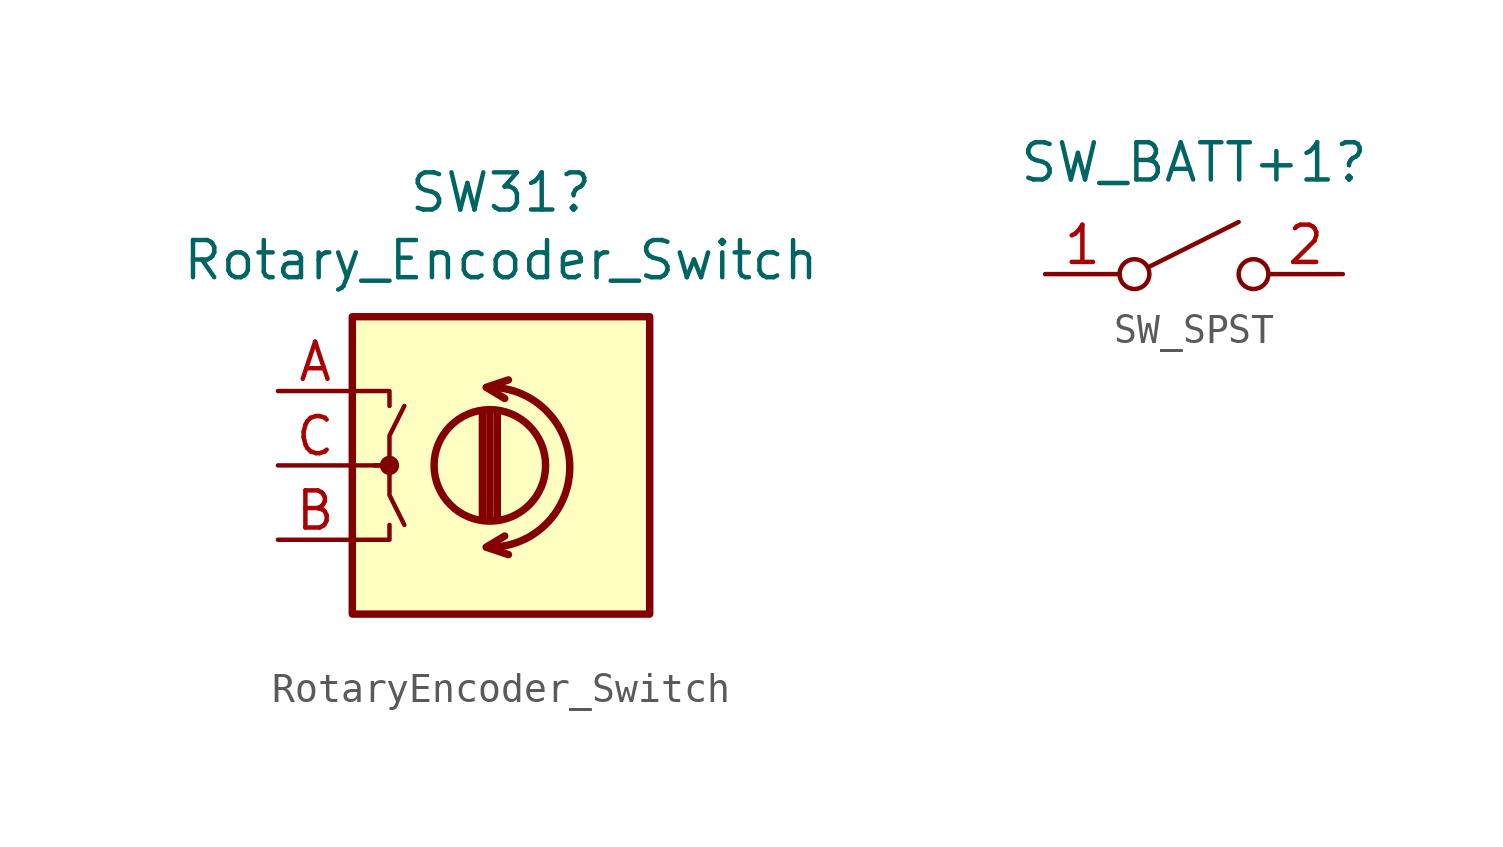
<source format=kicad_sym>
(kicad_symbol_lib
  (version 20241209)
  (generator "kicad_symbol_editor")
  (generator_version "9.0")
  (symbol "RotaryEncoder_Switch"
    (pin_names
      (offset 0.254)
      (hide yes))
    (property "Reference" "SW31"
      (at 0 9.322 0)
      (effects (font (size 1.27 1.27))))
    (property "Value" "Rotary_Encoder_Switch"
      (at 0 7.01 0)
      (effects (font (size 1.27 1.27))))
    (property "Description" ""
      (at 0 0 0)
      (effects (font (size 1.27 1.27))))
    (symbol "RotaryEncoder_Switch_0_1"
      (rectangle (start -5.08 5.08) (end 5.08 -5.08) (stroke (width 0.254) (type default)) (fill (type background)))
      (polyline (pts (xy -5.08 2.54) (xy -3.81 2.54) (xy -3.81 2.032)) (stroke (width 0) (type default)) (fill (type none)))
      (polyline (pts (xy -5.08 0) (xy -3.81 0) (xy -3.81 -1.016) (xy -3.302 -2.032)) (stroke (width 0) (type default)) (fill (type none)))
      (polyline (pts (xy -5.08 -2.54) (xy -3.81 -2.54) (xy -3.81 -2.032)) (stroke (width 0) (type default)) (fill (type none)))
      (polyline (pts (xy -4.318 0) (xy -3.81 0) (xy -3.81 1.016) (xy -3.302 2.032)) (stroke (width 0) (type default)) (fill (type none)))
      (circle (center -3.81 0) (radius 0.254) (stroke (width 0) (type default)) (fill (type outline)))
      (polyline (pts (xy -0.635 -1.778) (xy -0.635 1.778)) (stroke (width 0.254) (type default)) (fill (type none)))
      (arc (start -0.381 2.667) (mid 2.3368 -0.0635) (end -0.381 -2.794) (stroke (width 0.254) (type default)) (fill (type none)))
      (circle (center -0.381 0) (radius 1.905) (stroke (width 0.254) (type default)) (fill (type none)))
      (polyline (pts (xy -0.381 -1.778) (xy -0.381 1.778)) (stroke (width 0.254) (type default)) (fill (type none)))
      (polyline (pts (xy -0.127 1.778) (xy -0.127 -1.778)) (stroke (width 0.254) (type default)) (fill (type none)))
      (polyline (pts (xy 0.254 2.921) (xy -0.508 2.667) (xy 0.127 2.286)) (stroke (width 0.254) (type default)) (fill (type none)))
      (polyline (pts (xy 0.254 -3.048) (xy -0.508 -2.794) (xy 0.127 -2.413)) (stroke (width 0.254) (type default)) (fill (type none))))
    (symbol "RotaryEncoder_Switch_1_1"
      (pin passive line (at -7.62 2.54 0) (length 2.54) (name "A" (effects (font (size 1.27 1.27)))) (number "A" (effects (font (size 1.27 1.27)))))
      (pin passive line (at -7.62 0 0) (length 2.54) (name "C" (effects (font (size 1.27 1.27)))) (number "C" (effects (font (size 1.27 1.27)))))
      (pin passive line (at -7.62 -2.54 0) (length 2.54) (name "B" (effects (font (size 1.27 1.27)))) (number "B" (effects (font (size 1.27 1.27)))))))
  (symbol "SW_SPST"
    (pin_names
      (offset 0)
      (hide yes))
    (property "Reference" "SW_BATT+1"
      (at 0 3.81 0)
      (effects (font (size 1.27 1.27))))
    (symbol "SW_SPST_0_0"
      (circle (center -2.032 0) (radius 0.508) (stroke (width 0) (type default)) (fill (type none)))
      (polyline (pts (xy -1.524 0.254) (xy 1.524 1.778)) (stroke (width 0) (type default)) (fill (type none)))
      (circle (center 2.032 0) (radius 0.508) (stroke (width 0) (type default)) (fill (type none))))
    (symbol "SW_SPST_1_1"
      (pin passive line (at -5.08 0 0) (length 2.54) (name "A" (effects (font (size 1.27 1.27)))) (number "1" (effects (font (size 1.27 1.27)))))
      (pin passive line (at 5.08 0 180) (length 2.54) (name "B" (effects (font (size 1.27 1.27)))) (number "2" (effects (font (size 1.27 1.27))))))))
</source>
